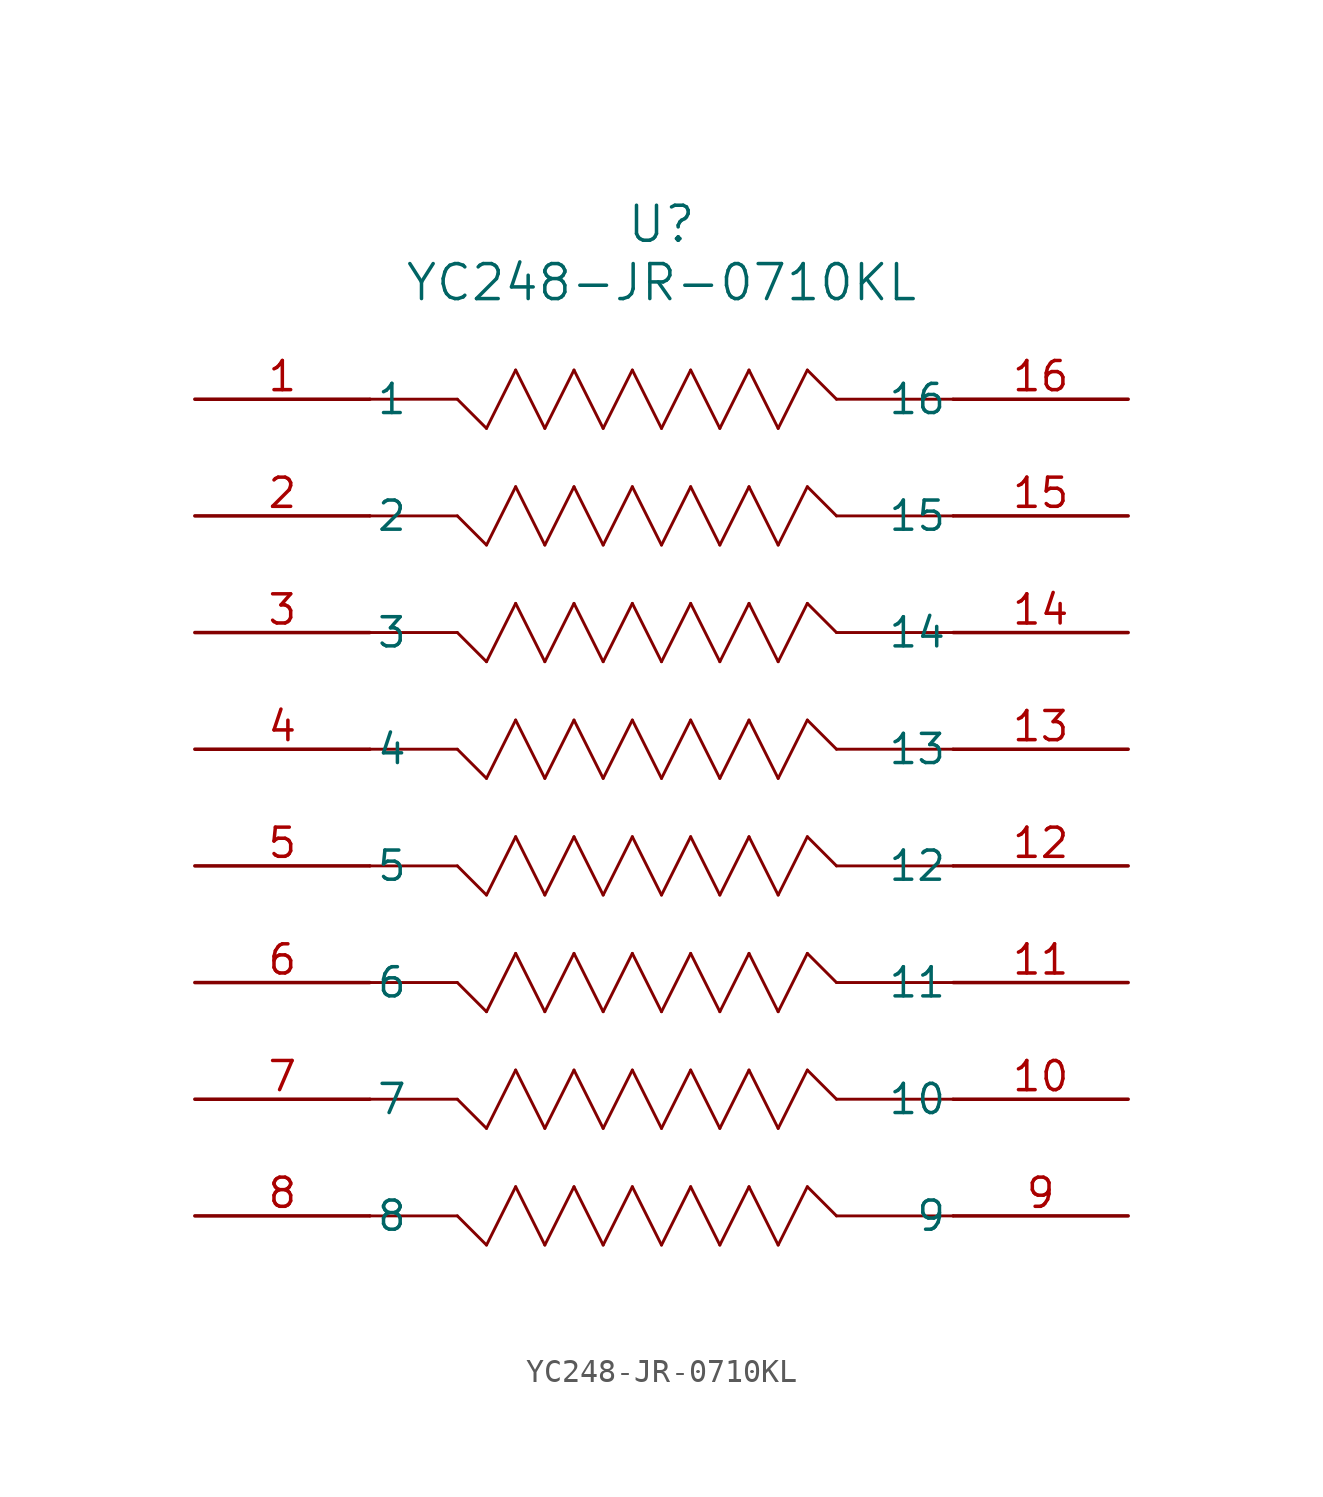
<source format=kicad_sym>
(kicad_symbol_lib
  (version 20231120)
  (generator "kicad_symbol_editor")
  (generator_version "8.0")
  (symbol "YC248-JR-0710KL"
    (pin_names
      (offset 0.254))
    (property "Reference" "U"
      (at 20.32 7.62 0)
      (effects (font (size 1.524 1.524))))
    (property "Value" "YC248-JR-0710KL"
      (at 20.32 5.08 0)
      (effects (font (size 1.524 1.524))))
    (property "ki_locked" ""
      (at 0 0 0)
      (effects (font (size 1.27 1.27))))
    (symbol "YC248-JR-0710KL_0_1"
      (polyline (pts (xy 11.43 -35.56) (xy 7.62 -35.56)) (stroke (width 0.127) (type default)) (fill (type none)))
      (polyline (pts (xy 11.43 -30.48) (xy 7.62 -30.48)) (stroke (width 0.127) (type default)) (fill (type none)))
      (polyline (pts (xy 11.43 -25.4) (xy 7.62 -25.4)) (stroke (width 0.127) (type default)) (fill (type none)))
      (polyline (pts (xy 11.43 -20.32) (xy 7.62 -20.32)) (stroke (width 0.127) (type default)) (fill (type none)))
      (polyline (pts (xy 11.43 -15.24) (xy 7.62 -15.24)) (stroke (width 0.127) (type default)) (fill (type none)))
      (polyline (pts (xy 11.43 -10.16) (xy 7.62 -10.16)) (stroke (width 0.127) (type default)) (fill (type none)))
      (polyline (pts (xy 11.43 -5.08) (xy 7.62 -5.08)) (stroke (width 0.127) (type default)) (fill (type none)))
      (polyline (pts (xy 11.43 0) (xy 7.62 0)) (stroke (width 0.127) (type default)) (fill (type none)))
      (polyline (pts (xy 12.7 -36.83) (xy 11.43 -35.56)) (stroke (width 0.127) (type default)) (fill (type none)))
      (polyline (pts (xy 12.7 -31.75) (xy 11.43 -30.48)) (stroke (width 0.127) (type default)) (fill (type none)))
      (polyline (pts (xy 12.7 -26.67) (xy 11.43 -25.4)) (stroke (width 0.127) (type default)) (fill (type none)))
      (polyline (pts (xy 12.7 -21.59) (xy 11.43 -20.32)) (stroke (width 0.127) (type default)) (fill (type none)))
      (polyline (pts (xy 12.7 -16.51) (xy 11.43 -15.24)) (stroke (width 0.127) (type default)) (fill (type none)))
      (polyline (pts (xy 12.7 -11.43) (xy 11.43 -10.16)) (stroke (width 0.127) (type default)) (fill (type none)))
      (polyline (pts (xy 12.7 -6.35) (xy 11.43 -5.08)) (stroke (width 0.127) (type default)) (fill (type none)))
      (polyline (pts (xy 12.7 -1.27) (xy 11.43 0)) (stroke (width 0.127) (type default)) (fill (type none)))
      (polyline (pts (xy 13.97 -34.29) (xy 12.7 -36.83)) (stroke (width 0.127) (type default)) (fill (type none)))
      (polyline (pts (xy 13.97 -29.21) (xy 12.7 -31.75)) (stroke (width 0.127) (type default)) (fill (type none)))
      (polyline (pts (xy 13.97 -24.13) (xy 12.7 -26.67)) (stroke (width 0.127) (type default)) (fill (type none)))
      (polyline (pts (xy 13.97 -19.05) (xy 12.7 -21.59)) (stroke (width 0.127) (type default)) (fill (type none)))
      (polyline (pts (xy 13.97 -13.97) (xy 12.7 -16.51)) (stroke (width 0.127) (type default)) (fill (type none)))
      (polyline (pts (xy 13.97 -8.89) (xy 12.7 -11.43)) (stroke (width 0.127) (type default)) (fill (type none)))
      (polyline (pts (xy 13.97 -3.81) (xy 12.7 -6.35)) (stroke (width 0.127) (type default)) (fill (type none)))
      (polyline (pts (xy 13.97 1.27) (xy 12.7 -1.27)) (stroke (width 0.127) (type default)) (fill (type none)))
      (polyline (pts (xy 15.24 -36.83) (xy 13.97 -34.29)) (stroke (width 0.127) (type default)) (fill (type none)))
      (polyline (pts (xy 15.24 -31.75) (xy 13.97 -29.21)) (stroke (width 0.127) (type default)) (fill (type none)))
      (polyline (pts (xy 15.24 -26.67) (xy 13.97 -24.13)) (stroke (width 0.127) (type default)) (fill (type none)))
      (polyline (pts (xy 15.24 -21.59) (xy 13.97 -19.05)) (stroke (width 0.127) (type default)) (fill (type none)))
      (polyline (pts (xy 15.24 -16.51) (xy 13.97 -13.97)) (stroke (width 0.127) (type default)) (fill (type none)))
      (polyline (pts (xy 15.24 -11.43) (xy 13.97 -8.89)) (stroke (width 0.127) (type default)) (fill (type none)))
      (polyline (pts (xy 15.24 -6.35) (xy 13.97 -3.81)) (stroke (width 0.127) (type default)) (fill (type none)))
      (polyline (pts (xy 15.24 -1.27) (xy 13.97 1.27)) (stroke (width 0.127) (type default)) (fill (type none)))
      (polyline (pts (xy 16.51 -34.29) (xy 15.24 -36.83)) (stroke (width 0.127) (type default)) (fill (type none)))
      (polyline (pts (xy 16.51 -29.21) (xy 15.24 -31.75)) (stroke (width 0.127) (type default)) (fill (type none)))
      (polyline (pts (xy 16.51 -24.13) (xy 15.24 -26.67)) (stroke (width 0.127) (type default)) (fill (type none)))
      (polyline (pts (xy 16.51 -19.05) (xy 15.24 -21.59)) (stroke (width 0.127) (type default)) (fill (type none)))
      (polyline (pts (xy 16.51 -13.97) (xy 15.24 -16.51)) (stroke (width 0.127) (type default)) (fill (type none)))
      (polyline (pts (xy 16.51 -8.89) (xy 15.24 -11.43)) (stroke (width 0.127) (type default)) (fill (type none)))
      (polyline (pts (xy 16.51 -3.81) (xy 15.24 -6.35)) (stroke (width 0.127) (type default)) (fill (type none)))
      (polyline (pts (xy 16.51 1.27) (xy 15.24 -1.27)) (stroke (width 0.127) (type default)) (fill (type none)))
      (polyline (pts (xy 17.78 -36.83) (xy 16.51 -34.29)) (stroke (width 0.127) (type default)) (fill (type none)))
      (polyline (pts (xy 17.78 -31.75) (xy 16.51 -29.21)) (stroke (width 0.127) (type default)) (fill (type none)))
      (polyline (pts (xy 17.78 -26.67) (xy 16.51 -24.13)) (stroke (width 0.127) (type default)) (fill (type none)))
      (polyline (pts (xy 17.78 -21.59) (xy 16.51 -19.05)) (stroke (width 0.127) (type default)) (fill (type none)))
      (polyline (pts (xy 17.78 -16.51) (xy 16.51 -13.97)) (stroke (width 0.127) (type default)) (fill (type none)))
      (polyline (pts (xy 17.78 -11.43) (xy 16.51 -8.89)) (stroke (width 0.127) (type default)) (fill (type none)))
      (polyline (pts (xy 17.78 -6.35) (xy 16.51 -3.81)) (stroke (width 0.127) (type default)) (fill (type none)))
      (polyline (pts (xy 17.78 -1.27) (xy 16.51 1.27)) (stroke (width 0.127) (type default)) (fill (type none)))
      (polyline (pts (xy 19.05 -34.29) (xy 17.78 -36.83)) (stroke (width 0.127) (type default)) (fill (type none)))
      (polyline (pts (xy 19.05 -29.21) (xy 17.78 -31.75)) (stroke (width 0.127) (type default)) (fill (type none)))
      (polyline (pts (xy 19.05 -24.13) (xy 17.78 -26.67)) (stroke (width 0.127) (type default)) (fill (type none)))
      (polyline (pts (xy 19.05 -19.05) (xy 17.78 -21.59)) (stroke (width 0.127) (type default)) (fill (type none)))
      (polyline (pts (xy 19.05 -13.97) (xy 17.78 -16.51)) (stroke (width 0.127) (type default)) (fill (type none)))
      (polyline (pts (xy 19.05 -8.89) (xy 17.78 -11.43)) (stroke (width 0.127) (type default)) (fill (type none)))
      (polyline (pts (xy 19.05 -3.81) (xy 17.78 -6.35)) (stroke (width 0.127) (type default)) (fill (type none)))
      (polyline (pts (xy 19.05 1.27) (xy 17.78 -1.27)) (stroke (width 0.127) (type default)) (fill (type none)))
      (polyline (pts (xy 20.32 -36.83) (xy 19.05 -34.29)) (stroke (width 0.127) (type default)) (fill (type none)))
      (polyline (pts (xy 20.32 -36.83) (xy 21.59 -34.29)) (stroke (width 0.127) (type default)) (fill (type none)))
      (polyline (pts (xy 20.32 -31.75) (xy 19.05 -29.21)) (stroke (width 0.127) (type default)) (fill (type none)))
      (polyline (pts (xy 20.32 -31.75) (xy 21.59 -29.21)) (stroke (width 0.127) (type default)) (fill (type none)))
      (polyline (pts (xy 20.32 -26.67) (xy 19.05 -24.13)) (stroke (width 0.127) (type default)) (fill (type none)))
      (polyline (pts (xy 20.32 -26.67) (xy 21.59 -24.13)) (stroke (width 0.127) (type default)) (fill (type none)))
      (polyline (pts (xy 20.32 -21.59) (xy 19.05 -19.05)) (stroke (width 0.127) (type default)) (fill (type none)))
      (polyline (pts (xy 20.32 -21.59) (xy 21.59 -19.05)) (stroke (width 0.127) (type default)) (fill (type none)))
      (polyline (pts (xy 20.32 -16.51) (xy 19.05 -13.97)) (stroke (width 0.127) (type default)) (fill (type none)))
      (polyline (pts (xy 20.32 -16.51) (xy 21.59 -13.97)) (stroke (width 0.127) (type default)) (fill (type none)))
      (polyline (pts (xy 20.32 -11.43) (xy 19.05 -8.89)) (stroke (width 0.127) (type default)) (fill (type none)))
      (polyline (pts (xy 20.32 -11.43) (xy 21.59 -8.89)) (stroke (width 0.127) (type default)) (fill (type none)))
      (polyline (pts (xy 20.32 -6.35) (xy 19.05 -3.81)) (stroke (width 0.127) (type default)) (fill (type none)))
      (polyline (pts (xy 20.32 -6.35) (xy 21.59 -3.81)) (stroke (width 0.127) (type default)) (fill (type none)))
      (polyline (pts (xy 20.32 -1.27) (xy 19.05 1.27)) (stroke (width 0.127) (type default)) (fill (type none)))
      (polyline (pts (xy 20.32 -1.27) (xy 21.59 1.27)) (stroke (width 0.127) (type default)) (fill (type none)))
      (polyline (pts (xy 21.59 -34.29) (xy 22.86 -36.83)) (stroke (width 0.127) (type default)) (fill (type none)))
      (polyline (pts (xy 21.59 -29.21) (xy 22.86 -31.75)) (stroke (width 0.127) (type default)) (fill (type none)))
      (polyline (pts (xy 21.59 -24.13) (xy 22.86 -26.67)) (stroke (width 0.127) (type default)) (fill (type none)))
      (polyline (pts (xy 21.59 -19.05) (xy 22.86 -21.59)) (stroke (width 0.127) (type default)) (fill (type none)))
      (polyline (pts (xy 21.59 -13.97) (xy 22.86 -16.51)) (stroke (width 0.127) (type default)) (fill (type none)))
      (polyline (pts (xy 21.59 -8.89) (xy 22.86 -11.43)) (stroke (width 0.127) (type default)) (fill (type none)))
      (polyline (pts (xy 21.59 -3.81) (xy 22.86 -6.35)) (stroke (width 0.127) (type default)) (fill (type none)))
      (polyline (pts (xy 21.59 1.27) (xy 22.86 -1.27)) (stroke (width 0.127) (type default)) (fill (type none)))
      (polyline (pts (xy 22.86 -36.83) (xy 24.13 -34.29)) (stroke (width 0.127) (type default)) (fill (type none)))
      (polyline (pts (xy 22.86 -31.75) (xy 24.13 -29.21)) (stroke (width 0.127) (type default)) (fill (type none)))
      (polyline (pts (xy 22.86 -26.67) (xy 24.13 -24.13)) (stroke (width 0.127) (type default)) (fill (type none)))
      (polyline (pts (xy 22.86 -21.59) (xy 24.13 -19.05)) (stroke (width 0.127) (type default)) (fill (type none)))
      (polyline (pts (xy 22.86 -16.51) (xy 24.13 -13.97)) (stroke (width 0.127) (type default)) (fill (type none)))
      (polyline (pts (xy 22.86 -11.43) (xy 24.13 -8.89)) (stroke (width 0.127) (type default)) (fill (type none)))
      (polyline (pts (xy 22.86 -6.35) (xy 24.13 -3.81)) (stroke (width 0.127) (type default)) (fill (type none)))
      (polyline (pts (xy 22.86 -1.27) (xy 24.13 1.27)) (stroke (width 0.127) (type default)) (fill (type none)))
      (polyline (pts (xy 24.13 -34.29) (xy 25.4 -36.83)) (stroke (width 0.127) (type default)) (fill (type none)))
      (polyline (pts (xy 24.13 -29.21) (xy 25.4 -31.75)) (stroke (width 0.127) (type default)) (fill (type none)))
      (polyline (pts (xy 24.13 -24.13) (xy 25.4 -26.67)) (stroke (width 0.127) (type default)) (fill (type none)))
      (polyline (pts (xy 24.13 -19.05) (xy 25.4 -21.59)) (stroke (width 0.127) (type default)) (fill (type none)))
      (polyline (pts (xy 24.13 -13.97) (xy 25.4 -16.51)) (stroke (width 0.127) (type default)) (fill (type none)))
      (polyline (pts (xy 24.13 -8.89) (xy 25.4 -11.43)) (stroke (width 0.127) (type default)) (fill (type none)))
      (polyline (pts (xy 24.13 -3.81) (xy 25.4 -6.35)) (stroke (width 0.127) (type default)) (fill (type none)))
      (polyline (pts (xy 24.13 1.27) (xy 25.4 -1.27)) (stroke (width 0.127) (type default)) (fill (type none)))
      (polyline (pts (xy 25.4 -36.83) (xy 26.67 -34.29)) (stroke (width 0.127) (type default)) (fill (type none)))
      (polyline (pts (xy 25.4 -31.75) (xy 26.67 -29.21)) (stroke (width 0.127) (type default)) (fill (type none)))
      (polyline (pts (xy 25.4 -26.67) (xy 26.67 -24.13)) (stroke (width 0.127) (type default)) (fill (type none)))
      (polyline (pts (xy 25.4 -21.59) (xy 26.67 -19.05)) (stroke (width 0.127) (type default)) (fill (type none)))
      (polyline (pts (xy 25.4 -16.51) (xy 26.67 -13.97)) (stroke (width 0.127) (type default)) (fill (type none)))
      (polyline (pts (xy 25.4 -11.43) (xy 26.67 -8.89)) (stroke (width 0.127) (type default)) (fill (type none)))
      (polyline (pts (xy 25.4 -6.35) (xy 26.67 -3.81)) (stroke (width 0.127) (type default)) (fill (type none)))
      (polyline (pts (xy 25.4 -1.27) (xy 26.67 1.27)) (stroke (width 0.127) (type default)) (fill (type none)))
      (polyline (pts (xy 26.67 -34.29) (xy 27.94 -35.56)) (stroke (width 0.127) (type default)) (fill (type none)))
      (polyline (pts (xy 26.67 -29.21) (xy 27.94 -30.48)) (stroke (width 0.127) (type default)) (fill (type none)))
      (polyline (pts (xy 26.67 -24.13) (xy 27.94 -25.4)) (stroke (width 0.127) (type default)) (fill (type none)))
      (polyline (pts (xy 26.67 -19.05) (xy 27.94 -20.32)) (stroke (width 0.127) (type default)) (fill (type none)))
      (polyline (pts (xy 26.67 -13.97) (xy 27.94 -15.24)) (stroke (width 0.127) (type default)) (fill (type none)))
      (polyline (pts (xy 26.67 -8.89) (xy 27.94 -10.16)) (stroke (width 0.127) (type default)) (fill (type none)))
      (polyline (pts (xy 26.67 -3.81) (xy 27.94 -5.08)) (stroke (width 0.127) (type default)) (fill (type none)))
      (polyline (pts (xy 26.67 1.27) (xy 27.94 0)) (stroke (width 0.127) (type default)) (fill (type none)))
      (polyline (pts (xy 27.94 -35.56) (xy 33.02 -35.56)) (stroke (width 0.127) (type default)) (fill (type none)))
      (polyline (pts (xy 27.94 -30.48) (xy 33.02 -30.48)) (stroke (width 0.127) (type default)) (fill (type none)))
      (polyline (pts (xy 27.94 -25.4) (xy 33.02 -25.4)) (stroke (width 0.127) (type default)) (fill (type none)))
      (polyline (pts (xy 27.94 -20.32) (xy 33.02 -20.32)) (stroke (width 0.127) (type default)) (fill (type none)))
      (polyline (pts (xy 27.94 -15.24) (xy 33.02 -15.24)) (stroke (width 0.127) (type default)) (fill (type none)))
      (polyline (pts (xy 27.94 -10.16) (xy 33.02 -10.16)) (stroke (width 0.127) (type default)) (fill (type none)))
      (polyline (pts (xy 27.94 -5.08) (xy 33.02 -5.08)) (stroke (width 0.127) (type default)) (fill (type none)))
      (polyline (pts (xy 27.94 0) (xy 33.02 0)) (stroke (width 0.127) (type default)) (fill (type none)))
      (pin unspecified line (at 0 0 0) (length 7.62) (name "1" (effects (font (size 1.27 1.27)))) (number "1" (effects (font (size 1.27 1.27)))))
      (pin unspecified line (at 40.64 -30.48 180) (length 7.62) (name "10" (effects (font (size 1.27 1.27)))) (number "10" (effects (font (size 1.27 1.27)))))
      (pin unspecified line (at 40.64 -25.4 180) (length 7.62) (name "11" (effects (font (size 1.27 1.27)))) (number "11" (effects (font (size 1.27 1.27)))))
      (pin unspecified line (at 40.64 -20.32 180) (length 7.62) (name "12" (effects (font (size 1.27 1.27)))) (number "12" (effects (font (size 1.27 1.27)))))
      (pin unspecified line (at 40.64 -15.24 180) (length 7.62) (name "13" (effects (font (size 1.27 1.27)))) (number "13" (effects (font (size 1.27 1.27)))))
      (pin unspecified line (at 40.64 -10.16 180) (length 7.62) (name "14" (effects (font (size 1.27 1.27)))) (number "14" (effects (font (size 1.27 1.27)))))
      (pin unspecified line (at 40.64 -5.08 180) (length 7.62) (name "15" (effects (font (size 1.27 1.27)))) (number "15" (effects (font (size 1.27 1.27)))))
      (pin unspecified line (at 40.64 0 180) (length 7.62) (name "16" (effects (font (size 1.27 1.27)))) (number "16" (effects (font (size 1.27 1.27)))))
      (pin unspecified line (at 0 -5.08 0) (length 7.62) (name "2" (effects (font (size 1.27 1.27)))) (number "2" (effects (font (size 1.27 1.27)))))
      (pin unspecified line (at 0 -10.16 0) (length 7.62) (name "3" (effects (font (size 1.27 1.27)))) (number "3" (effects (font (size 1.27 1.27)))))
      (pin unspecified line (at 0 -15.24 0) (length 7.62) (name "4" (effects (font (size 1.27 1.27)))) (number "4" (effects (font (size 1.27 1.27)))))
      (pin unspecified line (at 0 -20.32 0) (length 7.62) (name "5" (effects (font (size 1.27 1.27)))) (number "5" (effects (font (size 1.27 1.27)))))
      (pin unspecified line (at 0 -25.4 0) (length 7.62) (name "6" (effects (font (size 1.27 1.27)))) (number "6" (effects (font (size 1.27 1.27)))))
      (pin unspecified line (at 0 -30.48 0) (length 7.62) (name "7" (effects (font (size 1.27 1.27)))) (number "7" (effects (font (size 1.27 1.27)))))
      (pin unspecified line (at 0 -35.56 0) (length 7.62) (name "8" (effects (font (size 1.27 1.27)))) (number "8" (effects (font (size 1.27 1.27)))))
      (pin unspecified line (at 40.64 -35.56 180) (length 7.62) (name "9" (effects (font (size 1.27 1.27)))) (number "9" (effects (font (size 1.27 1.27))))))))
</source>
